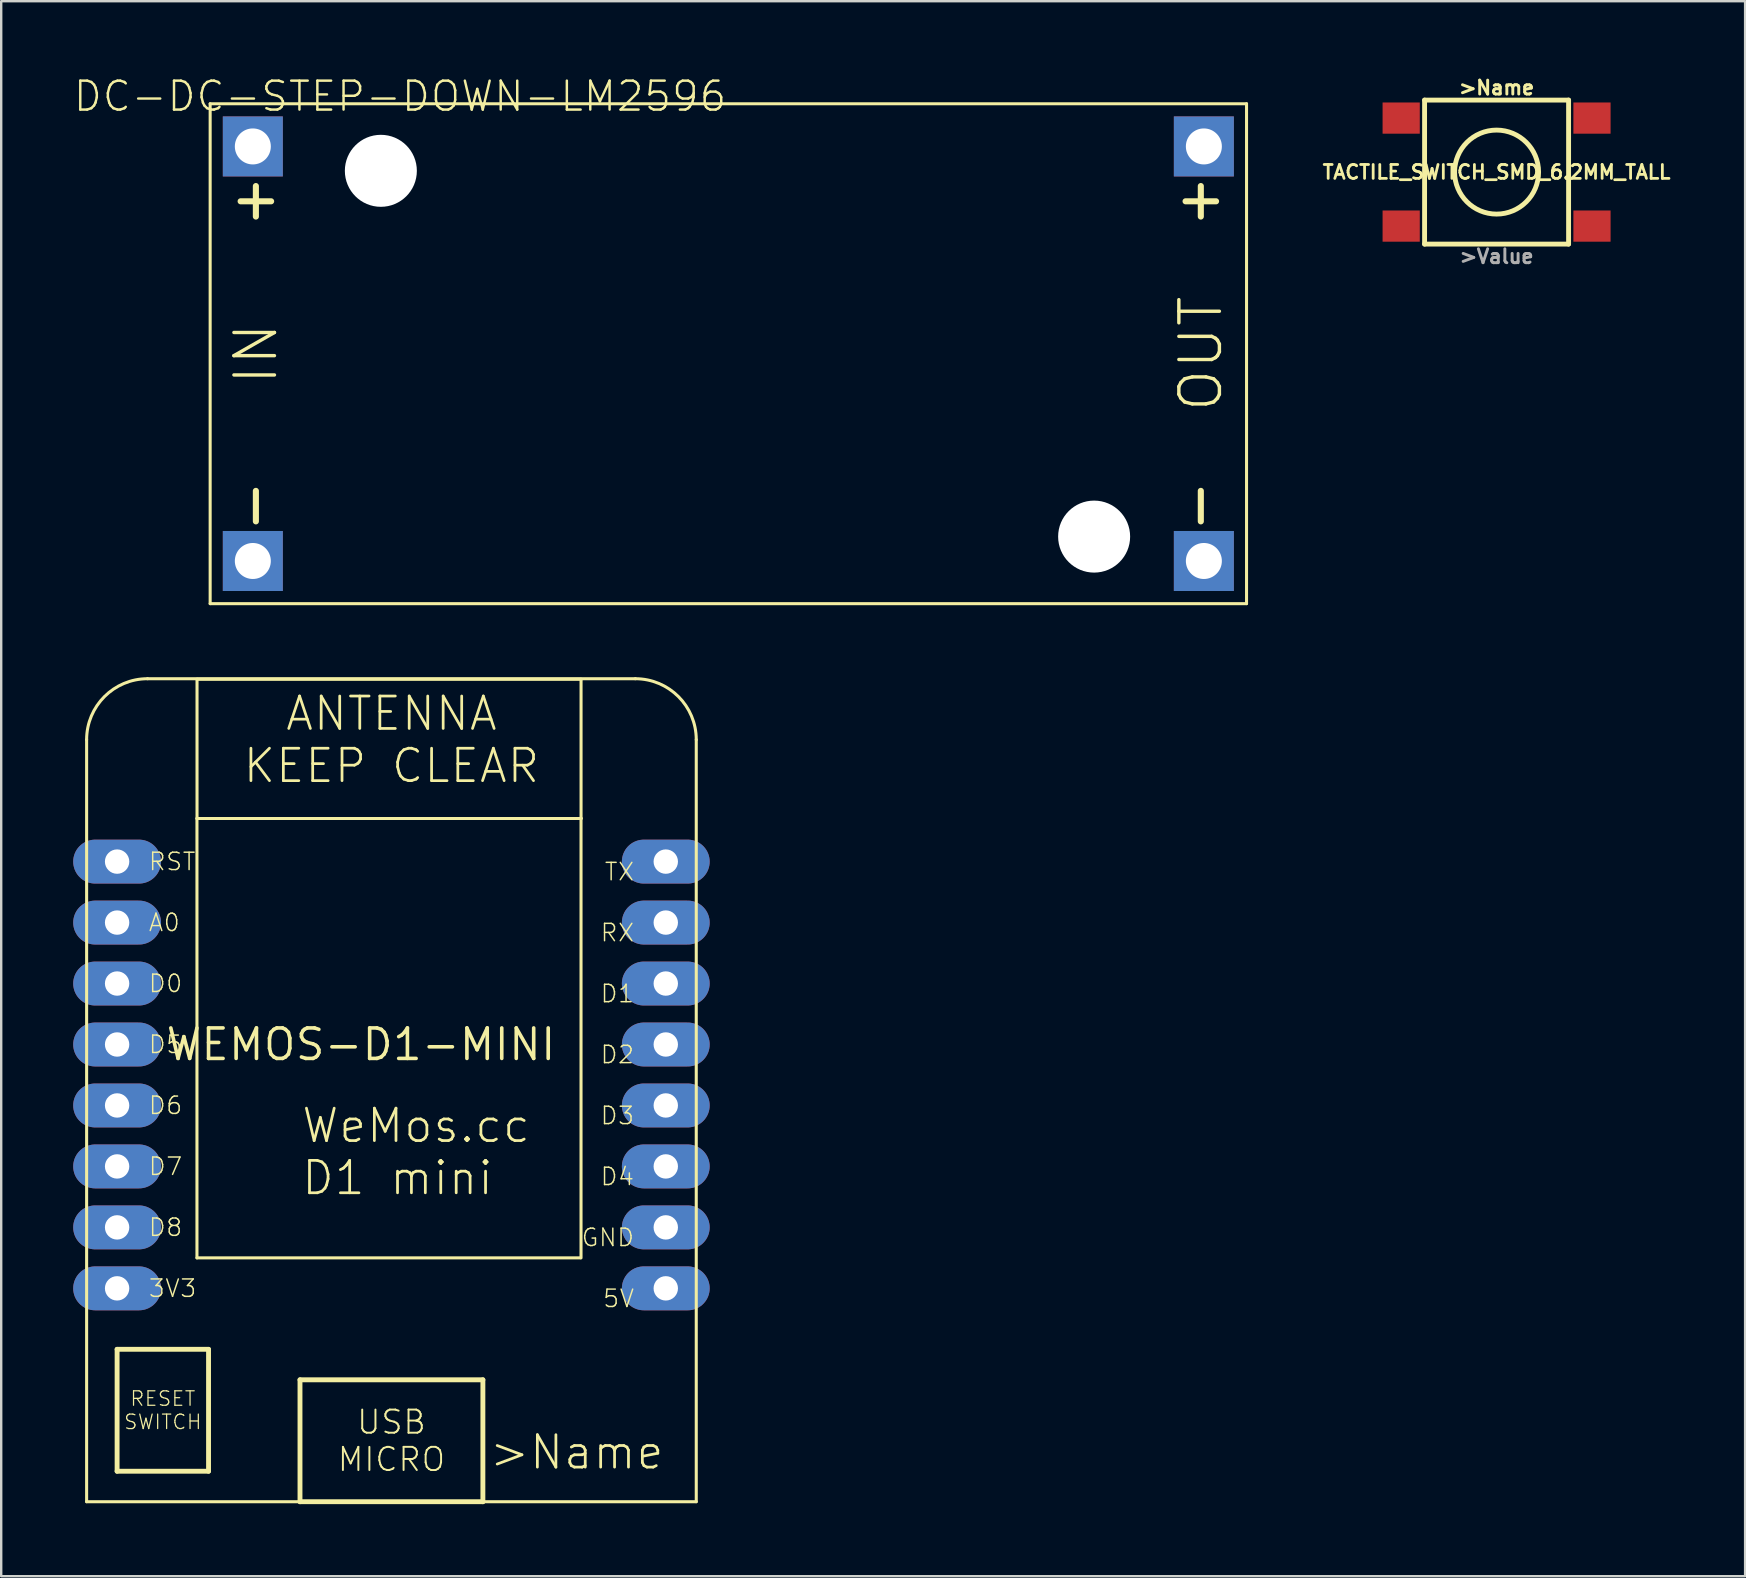
<source format=kicad_pcb>
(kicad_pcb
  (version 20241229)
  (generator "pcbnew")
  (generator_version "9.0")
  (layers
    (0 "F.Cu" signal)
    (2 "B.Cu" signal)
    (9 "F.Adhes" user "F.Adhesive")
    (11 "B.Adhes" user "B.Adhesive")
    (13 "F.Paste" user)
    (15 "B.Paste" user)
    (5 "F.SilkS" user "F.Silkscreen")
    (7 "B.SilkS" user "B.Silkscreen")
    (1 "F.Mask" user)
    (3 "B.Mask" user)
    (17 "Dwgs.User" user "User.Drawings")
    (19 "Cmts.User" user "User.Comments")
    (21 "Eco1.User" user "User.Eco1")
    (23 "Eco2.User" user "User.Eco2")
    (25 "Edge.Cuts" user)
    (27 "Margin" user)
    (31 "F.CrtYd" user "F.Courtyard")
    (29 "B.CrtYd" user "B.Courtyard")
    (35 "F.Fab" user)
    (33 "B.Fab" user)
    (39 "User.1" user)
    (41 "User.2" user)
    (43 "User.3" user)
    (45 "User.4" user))
  (footprint "DC-DC-STEP-DOWN-LM2596"
    (layer "F.Cu")
    (at 27.296 11.687)
    (property "Reference" "DC-DC-STEP-DOWN-LM2596" (at 0 -11.43 0) (layer "F.SilkS") (effects (font (size 1.206 1.206) (thickness 0.102)) (justify right top)))
    (attr through_hole)
    (fp_line (start -21.59 -10.414) (end 21.59 -10.414) (stroke (width 0.127) (type solid)) (layer "F.SilkS"))
    (fp_line (start -21.59 10.414) (end -21.59 -10.414) (stroke (width 0.127) (type solid)) (layer "F.SilkS"))
    (fp_line (start -20.32 -6.35) (end -19.05 -6.35) (stroke (width 0.254) (type solid)) (layer "F.SilkS"))
    (fp_line (start -19.685 -6.985) (end -19.685 -5.715) (stroke (width 0.254) (type solid)) (layer "F.SilkS"))
    (fp_line (start -19.685 6.985) (end -19.685 5.715) (stroke (width 0.254) (type solid)) (layer "F.SilkS"))
    (fp_line (start 19.05 -6.35) (end 20.32 -6.35) (stroke (width 0.254) (type solid)) (layer "F.SilkS"))
    (fp_line (start 19.685 -6.985) (end 19.685 -5.715) (stroke (width 0.254) (type solid)) (layer "F.SilkS"))
    (fp_line (start 19.685 6.985) (end 19.685 5.715) (stroke (width 0.254) (type solid)) (layer "F.SilkS"))
    (fp_line (start 21.59 -10.414) (end 21.59 10.414) (stroke (width 0.127) (type solid)) (layer "F.SilkS"))
    (fp_line (start 21.59 10.414) (end -21.59 10.414) (stroke (width 0.127) (type solid)) (layer "F.SilkS"))
    (fp_text user "OUT" (at 19.685 0 90) (layer "F.SilkS") (effects (font (size 1.689 1.689) (thickness 0.142))))
    (fp_text user "IN" (at -19.685 0 90) (layer "F.SilkS") (effects (font (size 1.689 1.689) (thickness 0.142))))
    (pad "" np_thru_hole circle (at -14.478 -7.62) (size 3 3) (drill 3) (layers "*.Cu" "*.Mask"))
    (pad "" np_thru_hole circle (at 15.24 7.62) (size 3 3) (drill 3) (layers "*.Cu" "*.Mask"))
    (pad "IN+" thru_hole rect (at -19.812 -8.636) (size 2.5 2.5) (drill 1.5) (layers "*.Cu" "*.Mask"))
    (pad "IN-" thru_hole rect (at -19.812 8.636) (size 2.5 2.5) (drill 1.5) (layers "*.Cu" "*.Mask"))
    (pad "OUT+" thru_hole rect (at 19.812 -8.636) (size 2.5 2.5) (drill 1.5) (layers "*.Cu" "*.Mask"))
    (pad "OUT-" thru_hole rect (at 19.812 8.636) (size 2.5 2.5) (drill 1.5) (layers "*.Cu" "*.Mask")))
  (footprint "WEMOS-D1-MINI"
    (layer "F.Cu")
    (at 11.989 40.468)
    (property "Reference" "WEMOS-D1-MINI" (at 0 0 0) (layer "F.SilkS") (effects (font (size 1.27 1.27) (thickness 0.15))))
    (attr through_hole)
    (fp_line (start -11.43 -12.7) (end -11.43 19.05) (stroke (width 0.127) (type solid)) (layer "F.SilkS"))
    (fp_line (start -11.43 19.05) (end 13.97 19.05) (stroke (width 0.127) (type solid)) (layer "F.SilkS"))
    (fp_line (start -10.16 12.7) (end -10.16 17.78) (stroke (width 0.203) (type solid)) (layer "F.SilkS"))
    (fp_line (start -10.16 17.78) (end -6.35 17.78) (stroke (width 0.203) (type solid)) (layer "F.SilkS"))
    (fp_line (start -8.89 -15.24) (end 11.43 -15.24) (stroke (width 0.127) (type solid)) (layer "F.SilkS"))
    (fp_line (start -6.833 -9.423) (end -6.833 8.89) (stroke (width 0.127) (type solid)) (layer "F.SilkS"))
    (fp_line (start -6.833 8.89) (end 9.144 8.89) (stroke (width 0.127) (type solid)) (layer "F.SilkS"))
    (fp_line (start -6.83 -15.216) (end 9.17 -15.216) (stroke (width 0.127) (type solid)) (layer "F.SilkS"))
    (fp_line (start -6.83 -9.416) (end -6.83 -15.216) (stroke (width 0.127) (type solid)) (layer "F.SilkS"))
    (fp_line (start -6.83 -9.416) (end 9.17 -9.416) (stroke (width 0.127) (type solid)) (layer "F.SilkS"))
    (fp_line (start -6.35 12.7) (end -10.16 12.7) (stroke (width 0.203) (type solid)) (layer "F.SilkS"))
    (fp_line (start -6.35 17.78) (end -6.35 12.7) (stroke (width 0.203) (type solid)) (layer "F.SilkS"))
    (fp_line (start -2.54 13.97) (end -2.54 19.05) (stroke (width 0.203) (type solid)) (layer "F.SilkS"))
    (fp_line (start -2.54 19.05) (end 5.08 19.05) (stroke (width 0.203) (type solid)) (layer "F.SilkS"))
    (fp_line (start 5.08 13.97) (end -2.54 13.97) (stroke (width 0.203) (type solid)) (layer "F.SilkS"))
    (fp_line (start 5.08 19.05) (end 5.08 13.97) (stroke (width 0.203) (type solid)) (layer "F.SilkS"))
    (fp_line (start 9.144 -9.423) (end 9.169 -9.423) (stroke (width 0.127) (type solid)) (layer "F.SilkS"))
    (fp_line (start 9.169 -9.423) (end 9.169 8.89) (stroke (width 0.127) (type solid)) (layer "F.SilkS"))
    (fp_line (start 9.17 -15.216) (end 9.17 -9.416) (stroke (width 0.127) (type solid)) (layer "F.SilkS"))
    (fp_line (start 13.97 -12.7) (end 13.97 19.05) (stroke (width 0.127) (type solid)) (layer "F.SilkS"))
    (fp_arc (start -11.43 -12.7) (mid -10.686051 -14.496051) (end -8.89 -15.24) (stroke (width 0.127) (type solid)) (layer "F.SilkS"))
    (fp_arc (start 11.43 -15.24) (mid 13.226051 -14.496051) (end 13.97 -12.7) (stroke (width 0.127) (type solid)) (layer "F.SilkS"))
    (fp_text user "USB\nMICRO" (at 1.27 16.51 0) (layer "F.SilkS") (effects (font (size 0.965 0.965) (thickness 0.081))))
    (fp_text user "RESET\nSWITCH" (at -8.255 15.24 0) (layer "F.SilkS") (effects (font (size 0.603 0.603) (thickness 0.051))))
    (fp_text user "D7" (at -8.89 5.08 0) (layer "F.SilkS") (effects (font (size 0.724 0.724) (thickness 0.061)) (justify left)))
    (fp_text user "RST" (at -8.89 -7.62 0) (layer "F.SilkS") (effects (font (size 0.724 0.724) (thickness 0.061)) (justify left)))
    (fp_text user "D8" (at -8.89 7.62 0) (layer "F.SilkS") (effects (font (size 0.724 0.724) (thickness 0.061)) (justify left)))
    (fp_text user "D4" (at 11.43 5.08 0) (layer "F.SilkS") (effects (font (size 0.724 0.724) (thickness 0.061)) (justify right top)))
    (fp_text user "5V" (at 11.43 10.16 0) (layer "F.SilkS") (effects (font (size 0.724 0.724) (thickness 0.061)) (justify right top)))
    (fp_text user "A0" (at -8.89 -5.08 0) (layer "F.SilkS") (effects (font (size 0.724 0.724) (thickness 0.061)) (justify left)))
    (fp_text user "GND" (at 11.43 7.62 0) (layer "F.SilkS") (effects (font (size 0.724 0.724) (thickness 0.061)) (justify right top)))
    (fp_text user "D2" (at 11.43 0 0) (layer "F.SilkS") (effects (font (size 0.724 0.724) (thickness 0.061)) (justify right top)))
    (fp_text user "ANTENNA\nKEEP CLEAR" (at 1.27 -12.7 0) (layer "F.SilkS") (effects (font (size 1.351 1.351) (thickness 0.114))))
    (fp_text user "D1" (at 11.43 -2.54 0) (layer "F.SilkS") (effects (font (size 0.724 0.724) (thickness 0.061)) (justify right top)))
    (fp_text user "D3" (at 11.43 2.54 0) (layer "F.SilkS") (effects (font (size 0.724 0.724) (thickness 0.061)) (justify right top)))
    (fp_text user "TX" (at 11.43 -7.62 0) (layer "F.SilkS") (effects (font (size 0.724 0.724) (thickness 0.061)) (justify right top)))
    (fp_text user "RX" (at 11.43 -5.08 0) (layer "F.SilkS") (effects (font (size 0.724 0.724) (thickness 0.061)) (justify right top)))
    (fp_text user "3V3" (at -8.89 10.16 0) (layer "F.SilkS") (effects (font (size 0.724 0.724) (thickness 0.061)) (justify left)))
    (fp_text user "D0" (at -8.89 -2.54 0) (layer "F.SilkS") (effects (font (size 0.724 0.724) (thickness 0.061)) (justify left)))
    (fp_text user "D6" (at -8.89 2.54 0) (layer "F.SilkS") (effects (font (size 0.724 0.724) (thickness 0.061)) (justify left)))
    (fp_text user "D5" (at -8.89 0 0) (layer "F.SilkS") (effects (font (size 0.724 0.724) (thickness 0.061)) (justify left)))
    (fp_text user ">Name" (at 12.7 17.78 0) (layer "F.SilkS") (effects (font (size 1.351 1.351) (thickness 0.114)) (justify right bottom)))
    (fp_text user "WeMos.cc\nD1 mini" (at -2.54 6.35 0) (layer "F.SilkS") (effects (font (size 1.351 1.351) (thickness 0.114)) (justify left bottom)))
    (pad "3V3" thru_hole oval (at -10.16 10.16 180) (size 3.658 1.829) (drill 1.016) (layers "*.Cu" "*.Mask"))
    (pad "5V" thru_hole oval (at 12.7 10.16) (size 3.658 1.829) (drill 1.016) (layers "*.Cu" "*.Mask"))
    (pad "A0" thru_hole oval (at -10.16 -5.08 180) (size 3.658 1.829) (drill 1.016) (layers "*.Cu" "*.Mask"))
    (pad "D0" thru_hole oval (at -10.16 -2.54 180) (size 3.658 1.829) (drill 1.016) (layers "*.Cu" "*.Mask"))
    (pad "D1" thru_hole oval (at 12.7 -2.54) (size 3.658 1.829) (drill 1.016) (layers "*.Cu" "*.Mask"))
    (pad "D2" thru_hole oval (at 12.7 0) (size 3.658 1.829) (drill 1.016) (layers "*.Cu" "*.Mask"))
    (pad "D3" thru_hole oval (at 12.7 2.54) (size 3.658 1.829) (drill 1.016) (layers "*.Cu" "*.Mask"))
    (pad "D4" thru_hole oval (at 12.7 5.08) (size 3.658 1.829) (drill 1.016) (layers "*.Cu" "*.Mask"))
    (pad "D5" thru_hole oval (at -10.16 0 180) (size 3.658 1.829) (drill 1.016) (layers "*.Cu" "*.Mask"))
    (pad "D6" thru_hole oval (at -10.16 2.54 180) (size 3.658 1.829) (drill 1.016) (layers "*.Cu" "*.Mask"))
    (pad "D7" thru_hole oval (at -10.16 5.08 180) (size 3.658 1.829) (drill 1.016) (layers "*.Cu" "*.Mask"))
    (pad "D8" thru_hole oval (at -10.16 7.62 180) (size 3.658 1.829) (drill 1.016) (layers "*.Cu" "*.Mask"))
    (pad "GND" thru_hole oval (at 12.7 7.62) (size 3.658 1.829) (drill 1.016) (layers "*.Cu" "*.Mask"))
    (pad "RESET" thru_hole oval (at -10.16 -7.62 180) (size 3.658 1.829) (drill 1.016) (layers "*.Cu" "*.Mask"))
    (pad "RX" thru_hole oval (at 12.7 -5.08) (size 3.658 1.829) (drill 1.016) (layers "*.Cu" "*.Mask"))
    (pad "TX" thru_hole oval (at 12.7 -7.62) (size 3.658 1.829) (drill 1.016) (layers "*.Cu" "*.Mask")))
  (footprint "TACTILE_SWITCH_SMD_6.2MM_TALL"
    (layer "F.Cu")
    (at 59.304 4.12)
    (property "Reference" "TACTILE_SWITCH_SMD_6.2MM_TALL" (at 0 0 0) (layer "F.SilkS") (effects (font (size 0.579 0.579) (thickness 0.116))))
    (attr through_hole)
    (fp_line (start -3 -3) (end -3 3) (stroke (width 0.203) (type solid)) (layer "F.SilkS"))
    (fp_line (start -3 3) (end 3 3) (stroke (width 0.203) (type solid)) (layer "F.SilkS"))
    (fp_line (start 3 -3) (end -3 -3) (stroke (width 0.203) (type solid)) (layer "F.SilkS"))
    (fp_line (start 3 3) (end 3 -3) (stroke (width 0.203) (type solid)) (layer "F.SilkS"))
    (fp_circle (center 0 0) (end 1.75 0) (stroke (width 0.203) (type solid)) (fill no) (layer "F.SilkS"))
    (fp_text user ">Name" (at 0 -3.175 0) (layer "F.SilkS") (effects (font (size 0.579 0.579) (thickness 0.122)) (justify bottom)))
    (fp_text user ">Value" (at 0 3.175 0) (layer "F.Fab") (effects (font (size 0.579 0.579) (thickness 0.122)) (justify top)))
    (pad "A1" smd rect (at -3.975 2.25 90) (size 1.3 1.55) (layers "F.Cu" "F.Mask" "F.Paste"))
    (pad "A2" smd rect (at 3.975 2.25 90) (size 1.3 1.55) (layers "F.Cu" "F.Mask" "F.Paste"))
    (pad "B1" smd rect (at -3.975 -2.25 90) (size 1.3 1.55) (layers "F.Cu" "F.Mask" "F.Paste"))
    (pad "B2" smd rect (at 3.975 -2.25 90) (size 1.3 1.55) (layers "F.Cu" "F.Mask" "F.Paste")))
  (gr_rect
    (start -3 -3)
    (end 69.659 62.62)
    (stroke (width 0.1) (type default))
    (fill no)
    (layer "Edge.Cuts")))
</source>
